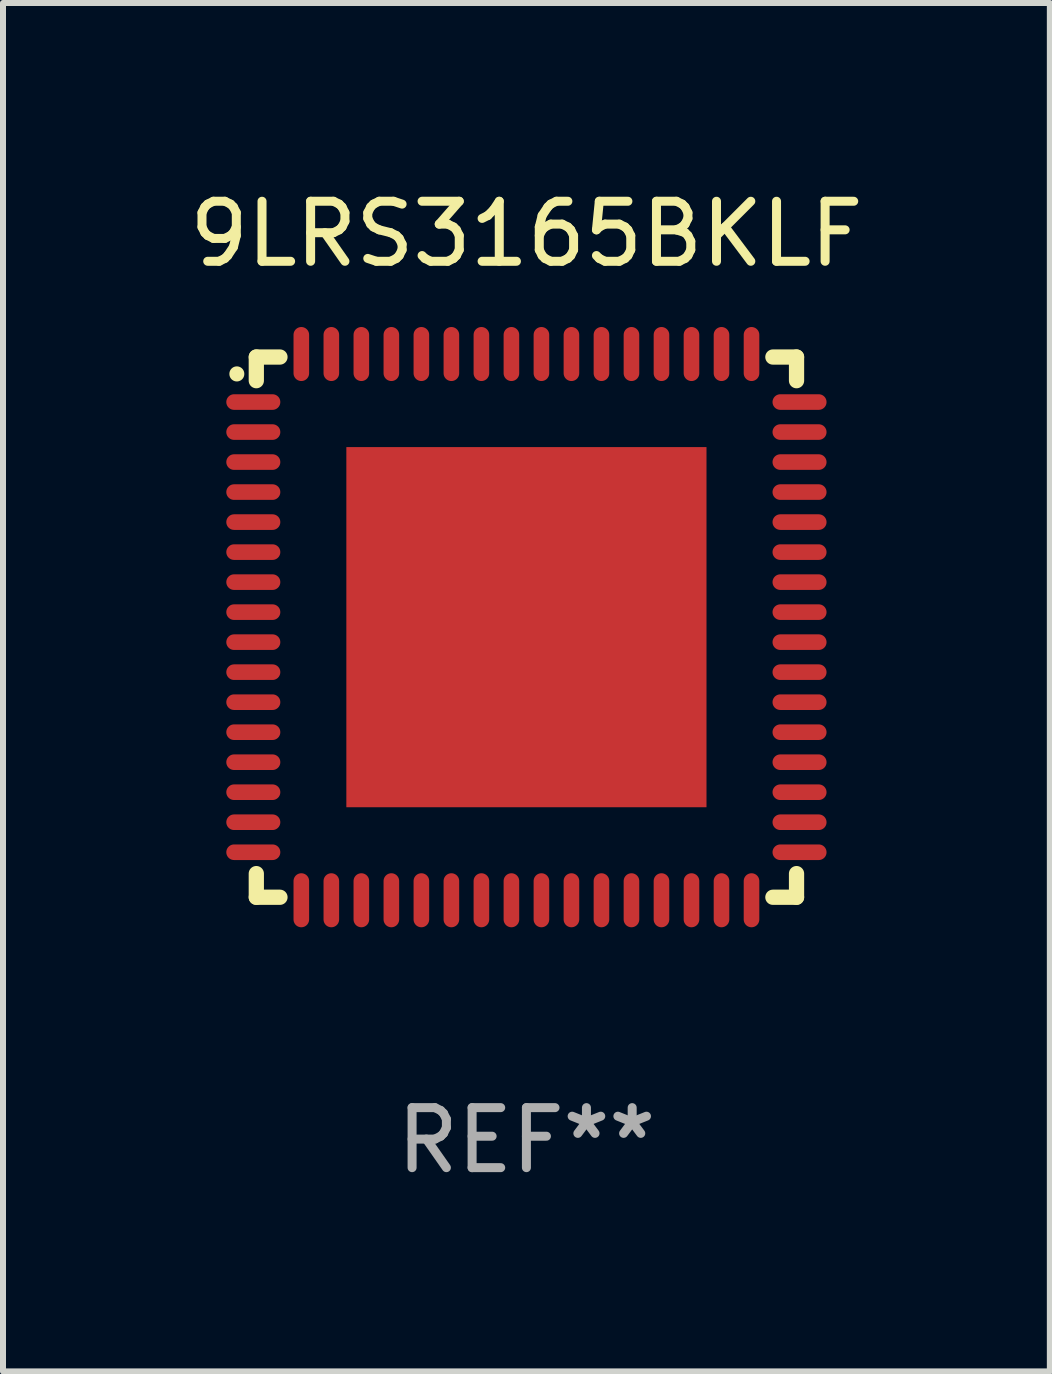
<source format=kicad_pcb>
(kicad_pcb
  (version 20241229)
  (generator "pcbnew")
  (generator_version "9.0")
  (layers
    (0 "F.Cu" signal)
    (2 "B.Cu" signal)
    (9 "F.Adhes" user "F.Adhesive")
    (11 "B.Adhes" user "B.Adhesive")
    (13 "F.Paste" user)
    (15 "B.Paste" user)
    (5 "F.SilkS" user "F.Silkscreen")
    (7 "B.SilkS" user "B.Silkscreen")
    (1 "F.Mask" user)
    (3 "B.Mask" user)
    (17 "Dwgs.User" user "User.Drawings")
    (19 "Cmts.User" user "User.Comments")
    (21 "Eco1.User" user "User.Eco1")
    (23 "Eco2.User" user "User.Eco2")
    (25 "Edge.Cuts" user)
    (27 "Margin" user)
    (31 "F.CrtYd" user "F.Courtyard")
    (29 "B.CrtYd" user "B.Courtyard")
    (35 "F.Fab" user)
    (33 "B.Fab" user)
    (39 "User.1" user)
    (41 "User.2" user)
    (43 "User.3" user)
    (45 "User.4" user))
  (footprint "9LRS3165BKLF"
    (layer "F.Cu")
    (at 5.72 7.398)
    (property "Reference" "9LRS3165BKLF" (at 0 -6.55 0) (layer "F.SilkS") (effects (font (size 1 1) (thickness 0.15))))
    (attr through_hole)
    (fp_line (start -4.5 -4.5) (end -4.106 -4.5) (stroke (width 0.254) (type solid)) (layer "F.SilkS"))
    (fp_line (start -4.5 -4.106) (end -4.5 -4.5) (stroke (width 0.254) (type solid)) (layer "F.SilkS"))
    (fp_line (start -4.5 4.5) (end -4.5 4.106) (stroke (width 0.254) (type solid)) (layer "F.SilkS"))
    (fp_line (start -4.106 4.5) (end -4.5 4.5) (stroke (width 0.254) (type solid)) (layer "F.SilkS"))
    (fp_line (start 4.106 -4.5) (end 4.5 -4.5) (stroke (width 0.254) (type solid)) (layer "F.SilkS"))
    (fp_line (start 4.5 -4.5) (end 4.5 -4.106) (stroke (width 0.254) (type solid)) (layer "F.SilkS"))
    (fp_line (start 4.5 4.106) (end 4.5 4.5) (stroke (width 0.254) (type solid)) (layer "F.SilkS"))
    (fp_line (start 4.5 4.5) (end 4.106 4.5) (stroke (width 0.254) (type solid)) (layer "F.SilkS"))
    (fp_arc (start -4.824308 -4.217501) (mid -4.824314 -4.218771) (end -4.824308 -4.220041) (stroke (width 0.24892) (type solid)) (layer "F.SilkS"))
    (fp_text user "REF**" (at 0 8.55 0) (layer "F.Fab") (effects (font (size 1 1) (thickness 0.15))))
    (pad "1" smd oval (at -4.55 -3.75) (size 0.9 0.26) (layers "F.Cu" "F.Mask" "F.Paste"))
    (pad "2" smd oval (at -4.55 -3.25) (size 0.9 0.26) (layers "F.Cu" "F.Mask" "F.Paste"))
    (pad "3" smd oval (at -4.55 -2.75) (size 0.9 0.26) (layers "F.Cu" "F.Mask" "F.Paste"))
    (pad "4" smd oval (at -4.55 -2.25) (size 0.9 0.26) (layers "F.Cu" "F.Mask" "F.Paste"))
    (pad "5" smd oval (at -4.55 -1.75) (size 0.9 0.26) (layers "F.Cu" "F.Mask" "F.Paste"))
    (pad "6" smd oval (at -4.55 -1.25) (size 0.9 0.26) (layers "F.Cu" "F.Mask" "F.Paste"))
    (pad "7" smd oval (at -4.55 -0.75) (size 0.9 0.26) (layers "F.Cu" "F.Mask" "F.Paste"))
    (pad "8" smd oval (at -4.55 -0.25) (size 0.9 0.26) (layers "F.Cu" "F.Mask" "F.Paste"))
    (pad "9" smd oval (at -4.55 0.25) (size 0.9 0.26) (layers "F.Cu" "F.Mask" "F.Paste"))
    (pad "10" smd oval (at -4.55 0.75) (size 0.9 0.26) (layers "F.Cu" "F.Mask" "F.Paste"))
    (pad "11" smd oval (at -4.55 1.25) (size 0.9 0.26) (layers "F.Cu" "F.Mask" "F.Paste"))
    (pad "12" smd oval (at -4.55 1.75) (size 0.9 0.26) (layers "F.Cu" "F.Mask" "F.Paste"))
    (pad "13" smd oval (at -4.55 2.25) (size 0.9 0.26) (layers "F.Cu" "F.Mask" "F.Paste"))
    (pad "14" smd oval (at -4.55 2.75) (size 0.9 0.26) (layers "F.Cu" "F.Mask" "F.Paste"))
    (pad "15" smd oval (at -4.55 3.25) (size 0.9 0.26) (layers "F.Cu" "F.Mask" "F.Paste"))
    (pad "16" smd oval (at -4.55 3.75) (size 0.9 0.26) (layers "F.Cu" "F.Mask" "F.Paste"))
    (pad "17" smd oval (at -3.75 4.55) (size 0.26 0.9) (layers "F.Cu" "F.Mask" "F.Paste"))
    (pad "18" smd oval (at -3.25 4.55) (size 0.26 0.9) (layers "F.Cu" "F.Mask" "F.Paste"))
    (pad "19" smd oval (at -2.75 4.55) (size 0.26 0.9) (layers "F.Cu" "F.Mask" "F.Paste"))
    (pad "20" smd oval (at -2.25 4.55) (size 0.26 0.9) (layers "F.Cu" "F.Mask" "F.Paste"))
    (pad "21" smd oval (at -1.75 4.55) (size 0.26 0.9) (layers "F.Cu" "F.Mask" "F.Paste"))
    (pad "22" smd oval (at -1.25 4.55) (size 0.26 0.9) (layers "F.Cu" "F.Mask" "F.Paste"))
    (pad "23" smd oval (at -0.75 4.55) (size 0.26 0.9) (layers "F.Cu" "F.Mask" "F.Paste"))
    (pad "24" smd oval (at -0.25 4.55) (size 0.26 0.9) (layers "F.Cu" "F.Mask" "F.Paste"))
    (pad "25" smd oval (at 0.25 4.55) (size 0.26 0.9) (layers "F.Cu" "F.Mask" "F.Paste"))
    (pad "26" smd oval (at 0.75 4.55) (size 0.26 0.9) (layers "F.Cu" "F.Mask" "F.Paste"))
    (pad "27" smd oval (at 1.25 4.55) (size 0.26 0.9) (layers "F.Cu" "F.Mask" "F.Paste"))
    (pad "28" smd oval (at 1.75 4.55) (size 0.26 0.9) (layers "F.Cu" "F.Mask" "F.Paste"))
    (pad "29" smd oval (at 2.25 4.55) (size 0.26 0.9) (layers "F.Cu" "F.Mask" "F.Paste"))
    (pad "30" smd oval (at 2.75 4.55) (size 0.26 0.9) (layers "F.Cu" "F.Mask" "F.Paste"))
    (pad "31" smd oval (at 3.25 4.55) (size 0.26 0.9) (layers "F.Cu" "F.Mask" "F.Paste"))
    (pad "32" smd oval (at 3.75 4.55) (size 0.26 0.9) (layers "F.Cu" "F.Mask" "F.Paste"))
    (pad "33" smd oval (at 4.55 3.75) (size 0.9 0.26) (layers "F.Cu" "F.Mask" "F.Paste"))
    (pad "34" smd oval (at 4.55 3.25) (size 0.9 0.26) (layers "F.Cu" "F.Mask" "F.Paste"))
    (pad "35" smd oval (at 4.55 2.75) (size 0.9 0.26) (layers "F.Cu" "F.Mask" "F.Paste"))
    (pad "36" smd oval (at 4.55 2.25) (size 0.9 0.26) (layers "F.Cu" "F.Mask" "F.Paste"))
    (pad "37" smd oval (at 4.55 1.75) (size 0.9 0.26) (layers "F.Cu" "F.Mask" "F.Paste"))
    (pad "38" smd oval (at 4.55 1.25) (size 0.9 0.26) (layers "F.Cu" "F.Mask" "F.Paste"))
    (pad "39" smd oval (at 4.55 0.75) (size 0.9 0.26) (layers "F.Cu" "F.Mask" "F.Paste"))
    (pad "40" smd oval (at 4.55 0.25) (size 0.9 0.26) (layers "F.Cu" "F.Mask" "F.Paste"))
    (pad "41" smd oval (at 4.55 -0.25) (size 0.9 0.26) (layers "F.Cu" "F.Mask" "F.Paste"))
    (pad "42" smd oval (at 4.55 -0.75) (size 0.9 0.26) (layers "F.Cu" "F.Mask" "F.Paste"))
    (pad "43" smd oval (at 4.55 -1.25) (size 0.9 0.26) (layers "F.Cu" "F.Mask" "F.Paste"))
    (pad "44" smd oval (at 4.55 -1.75) (size 0.9 0.26) (layers "F.Cu" "F.Mask" "F.Paste"))
    (pad "45" smd oval (at 4.55 -2.25) (size 0.9 0.26) (layers "F.Cu" "F.Mask" "F.Paste"))
    (pad "46" smd oval (at 4.55 -2.75) (size 0.9 0.26) (layers "F.Cu" "F.Mask" "F.Paste"))
    (pad "47" smd oval (at 4.55 -3.25) (size 0.9 0.26) (layers "F.Cu" "F.Mask" "F.Paste"))
    (pad "48" smd oval (at 4.55 -3.75) (size 0.9 0.26) (layers "F.Cu" "F.Mask" "F.Paste"))
    (pad "49" smd oval (at 3.75 -4.55) (size 0.26 0.9) (layers "F.Cu" "F.Mask" "F.Paste"))
    (pad "50" smd oval (at 3.25 -4.55) (size 0.26 0.9) (layers "F.Cu" "F.Mask" "F.Paste"))
    (pad "51" smd oval (at 2.75 -4.55) (size 0.26 0.9) (layers "F.Cu" "F.Mask" "F.Paste"))
    (pad "52" smd oval (at 2.25 -4.55) (size 0.26 0.9) (layers "F.Cu" "F.Mask" "F.Paste"))
    (pad "53" smd oval (at 1.75 -4.55) (size 0.26 0.9) (layers "F.Cu" "F.Mask" "F.Paste"))
    (pad "54" smd oval (at 1.25 -4.55) (size 0.26 0.9) (layers "F.Cu" "F.Mask" "F.Paste"))
    (pad "55" smd oval (at 0.75 -4.55) (size 0.26 0.9) (layers "F.Cu" "F.Mask" "F.Paste"))
    (pad "56" smd oval (at 0.25 -4.55) (size 0.26 0.9) (layers "F.Cu" "F.Mask" "F.Paste"))
    (pad "57" smd oval (at -0.25 -4.55) (size 0.26 0.9) (layers "F.Cu" "F.Mask" "F.Paste"))
    (pad "58" smd oval (at -0.75 -4.55) (size 0.26 0.9) (layers "F.Cu" "F.Mask" "F.Paste"))
    (pad "59" smd oval (at -1.25 -4.55) (size 0.26 0.9) (layers "F.Cu" "F.Mask" "F.Paste"))
    (pad "60" smd oval (at -1.75 -4.55) (size 0.26 0.9) (layers "F.Cu" "F.Mask" "F.Paste"))
    (pad "61" smd oval (at -2.25 -4.55) (size 0.26 0.9) (layers "F.Cu" "F.Mask" "F.Paste"))
    (pad "62" smd oval (at -2.75 -4.55) (size 0.26 0.9) (layers "F.Cu" "F.Mask" "F.Paste"))
    (pad "63" smd oval (at -3.25 -4.55) (size 0.26 0.9) (layers "F.Cu" "F.Mask" "F.Paste"))
    (pad "64" smd oval (at -3.75 -4.55) (size 0.26 0.9) (layers "F.Cu" "F.Mask" "F.Paste"))
    (pad "65" smd rect (at 0 0.000381) (size 6 6) (layers "F.Cu" "F.Mask" "F.Paste")))
  (gr_rect
    (start -3 -3)
    (end 14.44 19.797)
    (stroke (width 0.1) (type default))
    (fill no)
    (layer "Edge.Cuts")))
</source>
